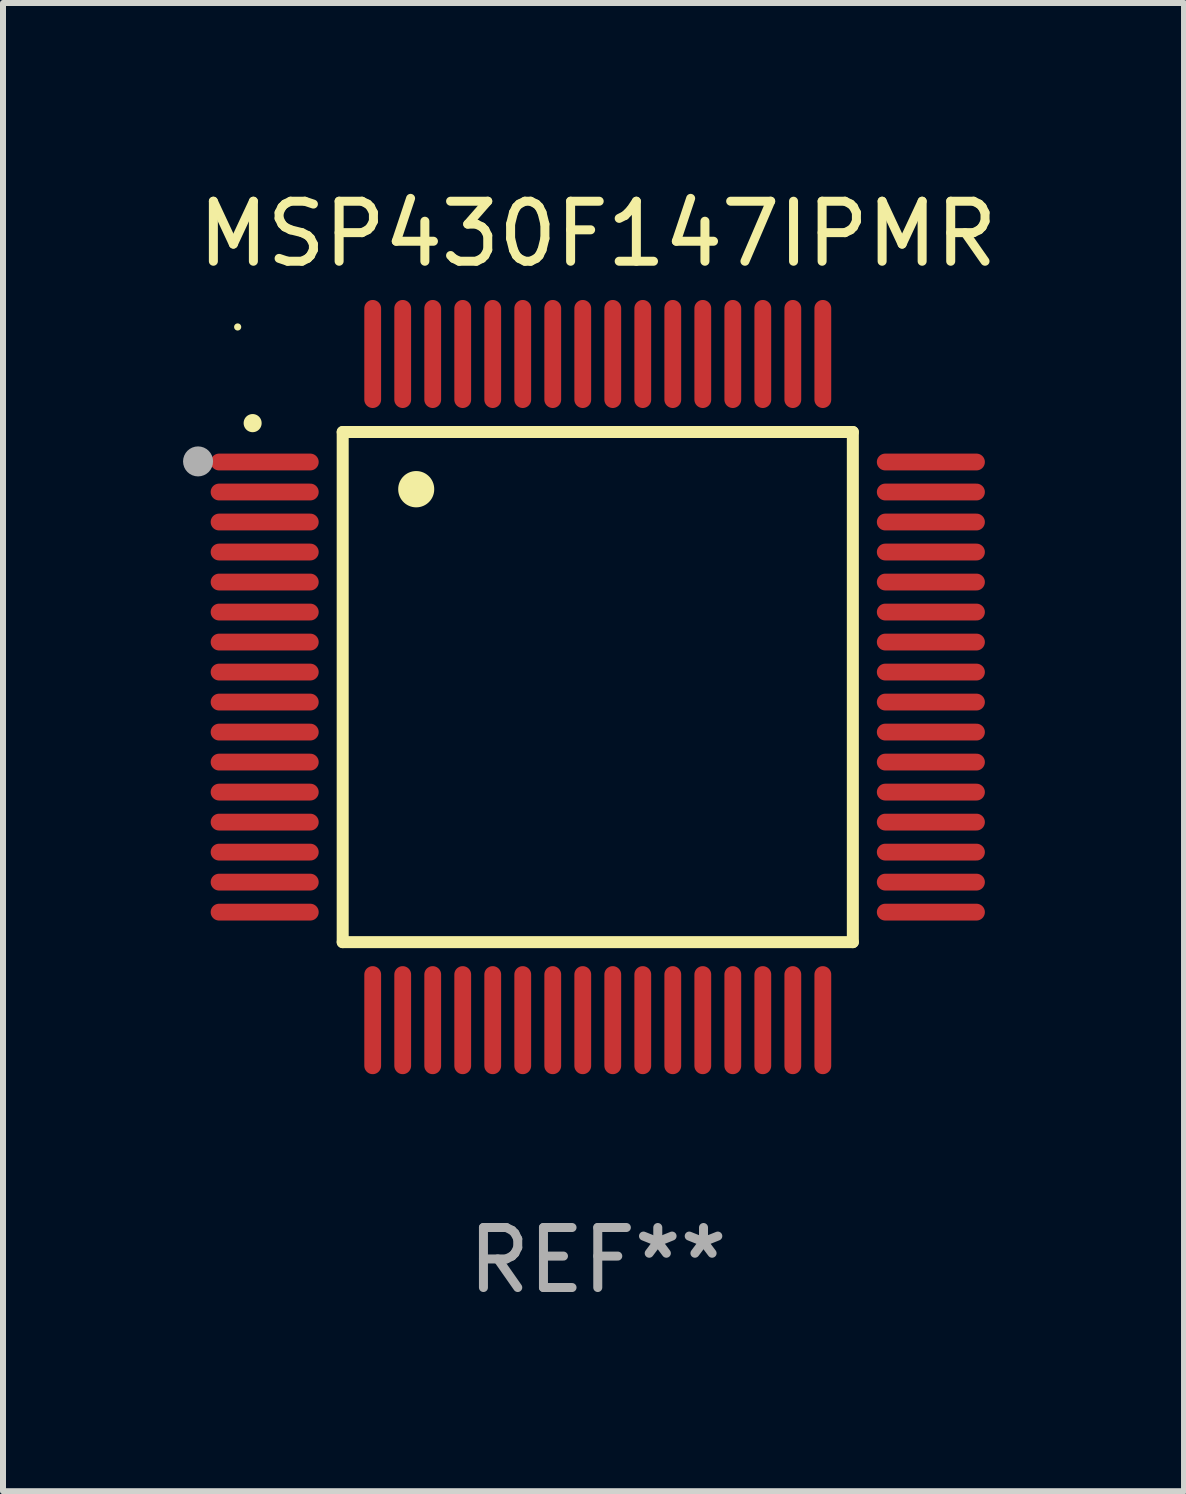
<source format=kicad_pcb>
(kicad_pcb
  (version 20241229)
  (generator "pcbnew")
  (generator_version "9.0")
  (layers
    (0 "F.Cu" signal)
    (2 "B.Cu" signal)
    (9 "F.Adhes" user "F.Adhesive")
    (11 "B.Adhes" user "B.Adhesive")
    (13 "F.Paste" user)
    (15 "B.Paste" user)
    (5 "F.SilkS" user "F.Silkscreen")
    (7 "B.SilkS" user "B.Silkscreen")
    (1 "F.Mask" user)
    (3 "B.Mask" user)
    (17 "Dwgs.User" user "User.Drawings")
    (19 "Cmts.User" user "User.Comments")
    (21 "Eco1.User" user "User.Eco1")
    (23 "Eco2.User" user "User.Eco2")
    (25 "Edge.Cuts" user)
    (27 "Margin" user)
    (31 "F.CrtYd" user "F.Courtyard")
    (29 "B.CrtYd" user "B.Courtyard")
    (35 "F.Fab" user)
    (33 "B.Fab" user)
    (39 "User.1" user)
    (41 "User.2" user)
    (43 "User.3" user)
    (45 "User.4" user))
  (footprint "MSP430F147IPMR"
    (layer "F.Cu")
    (at 6.91 8.398)
    (property "Reference" "MSP430F147IPMR" (at 0 -7.55 0) (layer "F.SilkS") (effects (font (size 1 1) (thickness 0.15))))
    (attr through_hole)
    (fp_line (start -4.25 -4.25) (end -4.25 4.25) (stroke (width 0.2) (type solid)) (layer "F.SilkS"))
    (fp_line (start -4.25 4.25) (end 4.25 4.25) (stroke (width 0.2) (type solid)) (layer "F.SilkS"))
    (fp_line (start 4.25 -4.25) (end -4.25 -4.25) (stroke (width 0.2) (type solid)) (layer "F.SilkS"))
    (fp_line (start 4.25 4.25) (end 4.25 -4.25) (stroke (width 0.2) (type solid)) (layer "F.SilkS"))
    (fp_arc (start -5.750572 -4.396749) (mid -5.750577 -4.398019) (end -5.750572 -4.399289) (stroke (width 0.3) (type solid)) (layer "F.SilkS"))
    (fp_arc (start -3.025146 -3.294387) (mid -3.025157 -3.296927) (end -3.025146 -3.299467) (stroke (width 0.6) (type solid)) (layer "F.SilkS"))
    (fp_circle (center -6 -6) (end -5.97 -6) (stroke (width 0.06) (type solid)) (fill no) (layer "F.SilkS"))
    (fp_circle (center -6.66 -3.76) (end -6.535 -3.76) (stroke (width 0.25) (type solid)) (fill no) (layer "F.Fab"))
    (fp_text user "REF**" (at 0 9.55 0) (layer "F.Fab") (effects (font (size 1 1) (thickness 0.15))))
    (pad "1" smd oval (at -5.55 -3.75) (size 1.8 0.28) (layers "F.Cu" "F.Mask" "F.Paste"))
    (pad "2" smd oval (at -5.55 -3.25) (size 1.8 0.28) (layers "F.Cu" "F.Mask" "F.Paste"))
    (pad "3" smd oval (at -5.55 -2.75) (size 1.8 0.28) (layers "F.Cu" "F.Mask" "F.Paste"))
    (pad "4" smd oval (at -5.55 -2.25) (size 1.8 0.28) (layers "F.Cu" "F.Mask" "F.Paste"))
    (pad "5" smd oval (at -5.55 -1.75) (size 1.8 0.28) (layers "F.Cu" "F.Mask" "F.Paste"))
    (pad "6" smd oval (at -5.55 -1.25) (size 1.8 0.28) (layers "F.Cu" "F.Mask" "F.Paste"))
    (pad "7" smd oval (at -5.55 -0.75) (size 1.8 0.28) (layers "F.Cu" "F.Mask" "F.Paste"))
    (pad "8" smd oval (at -5.55 -0.25) (size 1.8 0.28) (layers "F.Cu" "F.Mask" "F.Paste"))
    (pad "9" smd oval (at -5.55 0.25) (size 1.8 0.28) (layers "F.Cu" "F.Mask" "F.Paste"))
    (pad "10" smd oval (at -5.55 0.75) (size 1.8 0.28) (layers "F.Cu" "F.Mask" "F.Paste"))
    (pad "11" smd oval (at -5.55 1.25) (size 1.8 0.28) (layers "F.Cu" "F.Mask" "F.Paste"))
    (pad "12" smd oval (at -5.55 1.75) (size 1.8 0.28) (layers "F.Cu" "F.Mask" "F.Paste"))
    (pad "13" smd oval (at -5.55 2.25) (size 1.8 0.28) (layers "F.Cu" "F.Mask" "F.Paste"))
    (pad "14" smd oval (at -5.55 2.75) (size 1.8 0.28) (layers "F.Cu" "F.Mask" "F.Paste"))
    (pad "15" smd oval (at -5.55 3.25) (size 1.8 0.28) (layers "F.Cu" "F.Mask" "F.Paste"))
    (pad "16" smd oval (at -5.55 3.75) (size 1.8 0.28) (layers "F.Cu" "F.Mask" "F.Paste"))
    (pad "17" smd oval (at -3.75 5.55) (size 0.28 1.8) (layers "F.Cu" "F.Mask" "F.Paste"))
    (pad "18" smd oval (at -3.25 5.55) (size 0.28 1.8) (layers "F.Cu" "F.Mask" "F.Paste"))
    (pad "19" smd oval (at -2.75 5.55) (size 0.28 1.8) (layers "F.Cu" "F.Mask" "F.Paste"))
    (pad "20" smd oval (at -2.25 5.55) (size 0.28 1.8) (layers "F.Cu" "F.Mask" "F.Paste"))
    (pad "21" smd oval (at -1.75 5.55) (size 0.28 1.8) (layers "F.Cu" "F.Mask" "F.Paste"))
    (pad "22" smd oval (at -1.25 5.55) (size 0.28 1.8) (layers "F.Cu" "F.Mask" "F.Paste"))
    (pad "23" smd oval (at -0.75 5.55) (size 0.28 1.8) (layers "F.Cu" "F.Mask" "F.Paste"))
    (pad "24" smd oval (at -0.25 5.55) (size 0.28 1.8) (layers "F.Cu" "F.Mask" "F.Paste"))
    (pad "25" smd oval (at 0.25 5.55) (size 0.28 1.8) (layers "F.Cu" "F.Mask" "F.Paste"))
    (pad "26" smd oval (at 0.75 5.55) (size 0.28 1.8) (layers "F.Cu" "F.Mask" "F.Paste"))
    (pad "27" smd oval (at 1.25 5.55) (size 0.28 1.8) (layers "F.Cu" "F.Mask" "F.Paste"))
    (pad "28" smd oval (at 1.75 5.55) (size 0.28 1.8) (layers "F.Cu" "F.Mask" "F.Paste"))
    (pad "29" smd oval (at 2.25 5.55) (size 0.28 1.8) (layers "F.Cu" "F.Mask" "F.Paste"))
    (pad "30" smd oval (at 2.75 5.55) (size 0.28 1.8) (layers "F.Cu" "F.Mask" "F.Paste"))
    (pad "31" smd oval (at 3.25 5.55) (size 0.28 1.8) (layers "F.Cu" "F.Mask" "F.Paste"))
    (pad "32" smd oval (at 3.75 5.55) (size 0.28 1.8) (layers "F.Cu" "F.Mask" "F.Paste"))
    (pad "33" smd oval (at 5.55 3.75) (size 1.8 0.28) (layers "F.Cu" "F.Mask" "F.Paste"))
    (pad "34" smd oval (at 5.55 3.25) (size 1.8 0.28) (layers "F.Cu" "F.Mask" "F.Paste"))
    (pad "35" smd oval (at 5.55 2.75) (size 1.8 0.28) (layers "F.Cu" "F.Mask" "F.Paste"))
    (pad "36" smd oval (at 5.55 2.25) (size 1.8 0.28) (layers "F.Cu" "F.Mask" "F.Paste"))
    (pad "37" smd oval (at 5.55 1.75) (size 1.8 0.28) (layers "F.Cu" "F.Mask" "F.Paste"))
    (pad "38" smd oval (at 5.55 1.25) (size 1.8 0.28) (layers "F.Cu" "F.Mask" "F.Paste"))
    (pad "39" smd oval (at 5.55 0.75) (size 1.8 0.28) (layers "F.Cu" "F.Mask" "F.Paste"))
    (pad "40" smd oval (at 5.55 0.25) (size 1.8 0.28) (layers "F.Cu" "F.Mask" "F.Paste"))
    (pad "41" smd oval (at 5.55 -0.25) (size 1.8 0.28) (layers "F.Cu" "F.Mask" "F.Paste"))
    (pad "42" smd oval (at 5.55 -0.75) (size 1.8 0.28) (layers "F.Cu" "F.Mask" "F.Paste"))
    (pad "43" smd oval (at 5.55 -1.25) (size 1.8 0.28) (layers "F.Cu" "F.Mask" "F.Paste"))
    (pad "44" smd oval (at 5.55 -1.75) (size 1.8 0.28) (layers "F.Cu" "F.Mask" "F.Paste"))
    (pad "45" smd oval (at 5.55 -2.25) (size 1.8 0.28) (layers "F.Cu" "F.Mask" "F.Paste"))
    (pad "46" smd oval (at 5.55 -2.75) (size 1.8 0.28) (layers "F.Cu" "F.Mask" "F.Paste"))
    (pad "47" smd oval (at 5.55 -3.25) (size 1.8 0.28) (layers "F.Cu" "F.Mask" "F.Paste"))
    (pad "48" smd oval (at 5.55 -3.75) (size 1.8 0.28) (layers "F.Cu" "F.Mask" "F.Paste"))
    (pad "49" smd oval (at 3.75 -5.55) (size 0.28 1.8) (layers "F.Cu" "F.Mask" "F.Paste"))
    (pad "50" smd oval (at 3.25 -5.55) (size 0.28 1.8) (layers "F.Cu" "F.Mask" "F.Paste"))
    (pad "51" smd oval (at 2.75 -5.55) (size 0.28 1.8) (layers "F.Cu" "F.Mask" "F.Paste"))
    (pad "52" smd oval (at 2.25 -5.55) (size 0.28 1.8) (layers "F.Cu" "F.Mask" "F.Paste"))
    (pad "53" smd oval (at 1.75 -5.55) (size 0.28 1.8) (layers "F.Cu" "F.Mask" "F.Paste"))
    (pad "54" smd oval (at 1.25 -5.55) (size 0.28 1.8) (layers "F.Cu" "F.Mask" "F.Paste"))
    (pad "55" smd oval (at 0.75 -5.55) (size 0.28 1.8) (layers "F.Cu" "F.Mask" "F.Paste"))
    (pad "56" smd oval (at 0.25 -5.55) (size 0.28 1.8) (layers "F.Cu" "F.Mask" "F.Paste"))
    (pad "57" smd oval (at -0.25 -5.55) (size 0.28 1.8) (layers "F.Cu" "F.Mask" "F.Paste"))
    (pad "58" smd oval (at -0.75 -5.55) (size 0.28 1.8) (layers "F.Cu" "F.Mask" "F.Paste"))
    (pad "59" smd oval (at -1.25 -5.55) (size 0.28 1.8) (layers "F.Cu" "F.Mask" "F.Paste"))
    (pad "60" smd oval (at -1.75 -5.55) (size 0.28 1.8) (layers "F.Cu" "F.Mask" "F.Paste"))
    (pad "61" smd oval (at -2.25 -5.55) (size 0.28 1.8) (layers "F.Cu" "F.Mask" "F.Paste"))
    (pad "62" smd oval (at -2.75 -5.55) (size 0.28 1.8) (layers "F.Cu" "F.Mask" "F.Paste"))
    (pad "63" smd oval (at -3.25 -5.55) (size 0.28 1.8) (layers "F.Cu" "F.Mask" "F.Paste"))
    (pad "64" smd oval (at -3.75 -5.55) (size 0.28 1.8) (layers "F.Cu" "F.Mask" "F.Paste")))
  (gr_rect
    (start -3 -3)
    (end 16.678 21.796)
    (stroke (width 0.1) (type default))
    (fill no)
    (layer "Edge.Cuts")))
</source>
